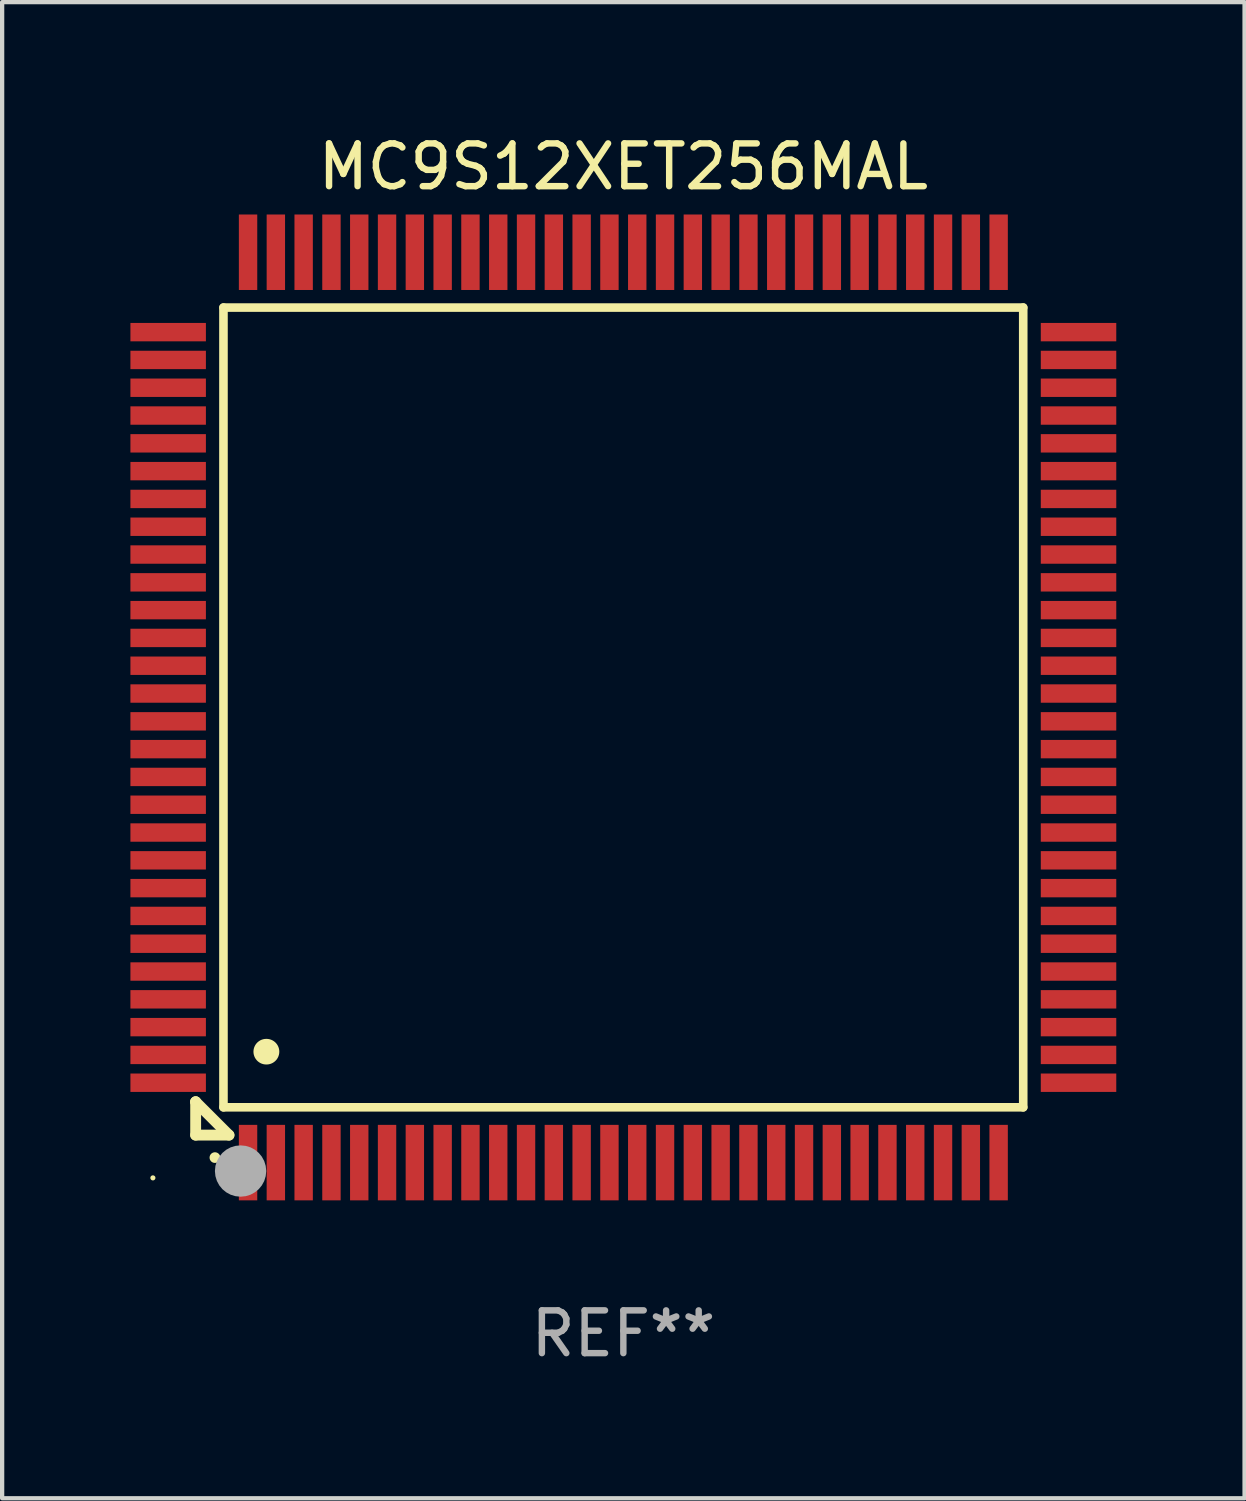
<source format=kicad_pcb>
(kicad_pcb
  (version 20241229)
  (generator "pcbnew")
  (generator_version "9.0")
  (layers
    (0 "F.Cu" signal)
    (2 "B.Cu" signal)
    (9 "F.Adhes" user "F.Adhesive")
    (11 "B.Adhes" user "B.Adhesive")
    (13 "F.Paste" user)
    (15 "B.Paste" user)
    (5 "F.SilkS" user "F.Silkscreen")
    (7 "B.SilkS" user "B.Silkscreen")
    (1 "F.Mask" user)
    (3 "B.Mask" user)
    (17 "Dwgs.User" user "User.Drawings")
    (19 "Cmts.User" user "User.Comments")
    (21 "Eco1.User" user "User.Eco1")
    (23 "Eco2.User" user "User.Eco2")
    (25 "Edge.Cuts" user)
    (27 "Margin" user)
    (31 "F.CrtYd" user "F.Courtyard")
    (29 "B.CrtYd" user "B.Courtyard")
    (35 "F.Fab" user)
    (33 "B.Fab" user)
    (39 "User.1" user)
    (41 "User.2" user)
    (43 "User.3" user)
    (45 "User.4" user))
  (footprint "MC9S12XET256MAL"
    (layer "F.Cu")
    (at 11.525 13.491)
    (property "Reference" "MC9S12XET256MAL" (at 0 -12.643 0) (layer "F.SilkS") (effects (font (size 1 1) (thickness 0.15))))
    (attr through_hole)
    (fp_line (start -10 9.221) (end -10 9.221) (stroke (width 0.254) (type solid)) (layer "F.SilkS"))
    (fp_line (start -10 9.221) (end -10 10) (stroke (width 0.254) (type solid)) (layer "F.SilkS"))
    (fp_line (start -10 9.221) (end -9.221 10) (stroke (width 0.254) (type solid)) (layer "F.SilkS"))
    (fp_line (start -10 10) (end -9.221 10) (stroke (width 0.254) (type solid)) (layer "F.SilkS"))
    (fp_line (start -9.35 -9.35) (end -9.35 9.35) (stroke (width 0.201) (type solid)) (layer "F.SilkS"))
    (fp_line (start -9.35 9.35) (end 9.35 9.35) (stroke (width 0.201) (type solid)) (layer "F.SilkS"))
    (fp_line (start 9.35 -9.35) (end -9.35 -9.35) (stroke (width 0.201) (type solid)) (layer "F.SilkS"))
    (fp_line (start 9.35 9.35) (end 9.35 -9.35) (stroke (width 0.201) (type solid)) (layer "F.SilkS"))
    (fp_arc (start -9.550546 10.525832) (mid -9.549276 10.525826) (end -9.548006 10.525832) (stroke (width 0.24892) (type solid)) (layer "F.SilkS"))
    (fp_arc (start -8.349124 8.049327) (mid -8.346584 8.049316) (end -8.344044 8.049327) (stroke (width 0.599441) (type solid)) (layer "F.SilkS"))
    (fp_circle (center -11 11) (end -10.97 11) (stroke (width 0.06) (type solid)) (fill no) (layer "F.SilkS"))
    (fp_circle (center -8.95 10.84) (end -8.65 10.84) (stroke (width 0.6) (type solid)) (fill no) (layer "F.Fab"))
    (fp_text user "REF**" (at 0 14.643 0) (layer "F.Fab") (effects (font (size 1 1) (thickness 0.15))))
    (pad "1" smd rect (at -8.775 10.643) (size 0.43 1.765) (layers "F.Cu" "F.Mask" "F.Paste"))
    (pad "2" smd rect (at -8.125 10.643) (size 0.43 1.765) (layers "F.Cu" "F.Mask" "F.Paste"))
    (pad "3" smd rect (at -7.475 10.643) (size 0.43 1.765) (layers "F.Cu" "F.Mask" "F.Paste"))
    (pad "4" smd rect (at -6.825 10.643) (size 0.43 1.765) (layers "F.Cu" "F.Mask" "F.Paste"))
    (pad "5" smd rect (at -6.175 10.643) (size 0.43 1.765) (layers "F.Cu" "F.Mask" "F.Paste"))
    (pad "6" smd rect (at -5.525 10.643) (size 0.43 1.765) (layers "F.Cu" "F.Mask" "F.Paste"))
    (pad "7" smd rect (at -4.875 10.643) (size 0.43 1.765) (layers "F.Cu" "F.Mask" "F.Paste"))
    (pad "8" smd rect (at -4.225 10.643) (size 0.43 1.765) (layers "F.Cu" "F.Mask" "F.Paste"))
    (pad "9" smd rect (at -3.575 10.643) (size 0.43 1.765) (layers "F.Cu" "F.Mask" "F.Paste"))
    (pad "10" smd rect (at -2.925 10.643) (size 0.43 1.765) (layers "F.Cu" "F.Mask" "F.Paste"))
    (pad "11" smd rect (at -2.275 10.643) (size 0.43 1.765) (layers "F.Cu" "F.Mask" "F.Paste"))
    (pad "12" smd rect (at -1.625 10.643) (size 0.43 1.765) (layers "F.Cu" "F.Mask" "F.Paste"))
    (pad "13" smd rect (at -0.975 10.643) (size 0.43 1.765) (layers "F.Cu" "F.Mask" "F.Paste"))
    (pad "14" smd rect (at -0.325 10.643) (size 0.43 1.765) (layers "F.Cu" "F.Mask" "F.Paste"))
    (pad "15" smd rect (at 0.325 10.643) (size 0.43 1.765) (layers "F.Cu" "F.Mask" "F.Paste"))
    (pad "16" smd rect (at 0.975 10.643) (size 0.43 1.765) (layers "F.Cu" "F.Mask" "F.Paste"))
    (pad "17" smd rect (at 1.625 10.643) (size 0.43 1.765) (layers "F.Cu" "F.Mask" "F.Paste"))
    (pad "18" smd rect (at 2.275 10.643) (size 0.43 1.765) (layers "F.Cu" "F.Mask" "F.Paste"))
    (pad "19" smd rect (at 2.925 10.643) (size 0.43 1.765) (layers "F.Cu" "F.Mask" "F.Paste"))
    (pad "20" smd rect (at 3.575 10.643) (size 0.43 1.765) (layers "F.Cu" "F.Mask" "F.Paste"))
    (pad "21" smd rect (at 4.225 10.643) (size 0.43 1.765) (layers "F.Cu" "F.Mask" "F.Paste"))
    (pad "22" smd rect (at 4.875 10.643) (size 0.43 1.765) (layers "F.Cu" "F.Mask" "F.Paste"))
    (pad "23" smd rect (at 5.525 10.643) (size 0.43 1.765) (layers "F.Cu" "F.Mask" "F.Paste"))
    (pad "24" smd rect (at 6.175 10.643) (size 0.43 1.765) (layers "F.Cu" "F.Mask" "F.Paste"))
    (pad "25" smd rect (at 6.825 10.643) (size 0.43 1.765) (layers "F.Cu" "F.Mask" "F.Paste"))
    (pad "26" smd rect (at 7.475 10.643) (size 0.43 1.765) (layers "F.Cu" "F.Mask" "F.Paste"))
    (pad "27" smd rect (at 8.125 10.643) (size 0.43 1.765) (layers "F.Cu" "F.Mask" "F.Paste"))
    (pad "28" smd rect (at 8.775 10.643) (size 0.43 1.765) (layers "F.Cu" "F.Mask" "F.Paste"))
    (pad "29" smd rect (at 10.643 8.775) (size 1.765 0.43) (layers "F.Cu" "F.Mask" "F.Paste"))
    (pad "30" smd rect (at 10.643 8.125) (size 1.765 0.43) (layers "F.Cu" "F.Mask" "F.Paste"))
    (pad "31" smd rect (at 10.643 7.475) (size 1.765 0.43) (layers "F.Cu" "F.Mask" "F.Paste"))
    (pad "32" smd rect (at 10.643 6.825) (size 1.765 0.43) (layers "F.Cu" "F.Mask" "F.Paste"))
    (pad "33" smd rect (at 10.643 6.175) (size 1.765 0.43) (layers "F.Cu" "F.Mask" "F.Paste"))
    (pad "34" smd rect (at 10.643 5.525) (size 1.765 0.43) (layers "F.Cu" "F.Mask" "F.Paste"))
    (pad "35" smd rect (at 10.643 4.875) (size 1.765 0.43) (layers "F.Cu" "F.Mask" "F.Paste"))
    (pad "36" smd rect (at 10.643 4.225) (size 1.765 0.43) (layers "F.Cu" "F.Mask" "F.Paste"))
    (pad "37" smd rect (at 10.643 3.575) (size 1.765 0.43) (layers "F.Cu" "F.Mask" "F.Paste"))
    (pad "38" smd rect (at 10.643 2.925) (size 1.765 0.43) (layers "F.Cu" "F.Mask" "F.Paste"))
    (pad "39" smd rect (at 10.643 2.275) (size 1.765 0.43) (layers "F.Cu" "F.Mask" "F.Paste"))
    (pad "40" smd rect (at 10.643 1.625) (size 1.765 0.43) (layers "F.Cu" "F.Mask" "F.Paste"))
    (pad "41" smd rect (at 10.643 0.975) (size 1.765 0.43) (layers "F.Cu" "F.Mask" "F.Paste"))
    (pad "42" smd rect (at 10.643 0.325) (size 1.765 0.43) (layers "F.Cu" "F.Mask" "F.Paste"))
    (pad "43" smd rect (at 10.643 -0.325) (size 1.765 0.43) (layers "F.Cu" "F.Mask" "F.Paste"))
    (pad "44" smd rect (at 10.643 -0.975) (size 1.765 0.43) (layers "F.Cu" "F.Mask" "F.Paste"))
    (pad "45" smd rect (at 10.643 -1.625) (size 1.765 0.43) (layers "F.Cu" "F.Mask" "F.Paste"))
    (pad "46" smd rect (at 10.643 -2.275) (size 1.765 0.43) (layers "F.Cu" "F.Mask" "F.Paste"))
    (pad "47" smd rect (at 10.643 -2.925) (size 1.765 0.43) (layers "F.Cu" "F.Mask" "F.Paste"))
    (pad "48" smd rect (at 10.643 -3.575) (size 1.765 0.43) (layers "F.Cu" "F.Mask" "F.Paste"))
    (pad "49" smd rect (at 10.643 -4.225) (size 1.765 0.43) (layers "F.Cu" "F.Mask" "F.Paste"))
    (pad "50" smd rect (at 10.643 -4.875) (size 1.765 0.43) (layers "F.Cu" "F.Mask" "F.Paste"))
    (pad "51" smd rect (at 10.643 -5.525) (size 1.765 0.43) (layers "F.Cu" "F.Mask" "F.Paste"))
    (pad "52" smd rect (at 10.643 -6.175) (size 1.765 0.43) (layers "F.Cu" "F.Mask" "F.Paste"))
    (pad "53" smd rect (at 10.643 -6.825) (size 1.765 0.43) (layers "F.Cu" "F.Mask" "F.Paste"))
    (pad "54" smd rect (at 10.643 -7.475) (size 1.765 0.43) (layers "F.Cu" "F.Mask" "F.Paste"))
    (pad "55" smd rect (at 10.643 -8.125) (size 1.765 0.43) (layers "F.Cu" "F.Mask" "F.Paste"))
    (pad "56" smd rect (at 10.643 -8.775) (size 1.765 0.43) (layers "F.Cu" "F.Mask" "F.Paste"))
    (pad "57" smd rect (at 8.775 -10.643) (size 0.43 1.765) (layers "F.Cu" "F.Mask" "F.Paste"))
    (pad "58" smd rect (at 8.125 -10.643) (size 0.43 1.765) (layers "F.Cu" "F.Mask" "F.Paste"))
    (pad "59" smd rect (at 7.475 -10.643) (size 0.43 1.765) (layers "F.Cu" "F.Mask" "F.Paste"))
    (pad "60" smd rect (at 6.825 -10.643) (size 0.43 1.765) (layers "F.Cu" "F.Mask" "F.Paste"))
    (pad "61" smd rect (at 6.175 -10.643) (size 0.43 1.765) (layers "F.Cu" "F.Mask" "F.Paste"))
    (pad "62" smd rect (at 5.525 -10.643) (size 0.43 1.765) (layers "F.Cu" "F.Mask" "F.Paste"))
    (pad "63" smd rect (at 4.875 -10.643) (size 0.43 1.765) (layers "F.Cu" "F.Mask" "F.Paste"))
    (pad "64" smd rect (at 4.225 -10.643) (size 0.43 1.765) (layers "F.Cu" "F.Mask" "F.Paste"))
    (pad "65" smd rect (at 3.575 -10.643) (size 0.43 1.765) (layers "F.Cu" "F.Mask" "F.Paste"))
    (pad "66" smd rect (at 2.925 -10.643) (size 0.43 1.765) (layers "F.Cu" "F.Mask" "F.Paste"))
    (pad "67" smd rect (at 2.275 -10.643) (size 0.43 1.765) (layers "F.Cu" "F.Mask" "F.Paste"))
    (pad "68" smd rect (at 1.625 -10.643) (size 0.43 1.765) (layers "F.Cu" "F.Mask" "F.Paste"))
    (pad "69" smd rect (at 0.975 -10.643) (size 0.43 1.765) (layers "F.Cu" "F.Mask" "F.Paste"))
    (pad "70" smd rect (at 0.325 -10.643) (size 0.43 1.765) (layers "F.Cu" "F.Mask" "F.Paste"))
    (pad "71" smd rect (at -0.325 -10.643) (size 0.43 1.765) (layers "F.Cu" "F.Mask" "F.Paste"))
    (pad "72" smd rect (at -0.975 -10.643) (size 0.43 1.765) (layers "F.Cu" "F.Mask" "F.Paste"))
    (pad "73" smd rect (at -1.625 -10.643) (size 0.43 1.765) (layers "F.Cu" "F.Mask" "F.Paste"))
    (pad "74" smd rect (at -2.275 -10.643) (size 0.43 1.765) (layers "F.Cu" "F.Mask" "F.Paste"))
    (pad "75" smd rect (at -2.925 -10.643) (size 0.43 1.765) (layers "F.Cu" "F.Mask" "F.Paste"))
    (pad "76" smd rect (at -3.575 -10.643) (size 0.43 1.765) (layers "F.Cu" "F.Mask" "F.Paste"))
    (pad "77" smd rect (at -4.225 -10.643) (size 0.43 1.765) (layers "F.Cu" "F.Mask" "F.Paste"))
    (pad "78" smd rect (at -4.875 -10.643) (size 0.43 1.765) (layers "F.Cu" "F.Mask" "F.Paste"))
    (pad "79" smd rect (at -5.525 -10.643) (size 0.43 1.765) (layers "F.Cu" "F.Mask" "F.Paste"))
    (pad "80" smd rect (at -6.175 -10.643) (size 0.43 1.765) (layers "F.Cu" "F.Mask" "F.Paste"))
    (pad "81" smd rect (at -6.825 -10.643) (size 0.43 1.765) (layers "F.Cu" "F.Mask" "F.Paste"))
    (pad "82" smd rect (at -7.475 -10.643) (size 0.43 1.765) (layers "F.Cu" "F.Mask" "F.Paste"))
    (pad "83" smd rect (at -8.125 -10.643) (size 0.43 1.765) (layers "F.Cu" "F.Mask" "F.Paste"))
    (pad "84" smd rect (at -8.775 -10.643) (size 0.43 1.765) (layers "F.Cu" "F.Mask" "F.Paste"))
    (pad "85" smd rect (at -10.643 -8.775) (size 1.765 0.43) (layers "F.Cu" "F.Mask" "F.Paste"))
    (pad "86" smd rect (at -10.643 -8.125) (size 1.765 0.43) (layers "F.Cu" "F.Mask" "F.Paste"))
    (pad "87" smd rect (at -10.643 -7.475) (size 1.765 0.43) (layers "F.Cu" "F.Mask" "F.Paste"))
    (pad "88" smd rect (at -10.643 -6.825) (size 1.765 0.43) (layers "F.Cu" "F.Mask" "F.Paste"))
    (pad "89" smd rect (at -10.643 -6.175) (size 1.765 0.43) (layers "F.Cu" "F.Mask" "F.Paste"))
    (pad "90" smd rect (at -10.643 -5.525) (size 1.765 0.43) (layers "F.Cu" "F.Mask" "F.Paste"))
    (pad "91" smd rect (at -10.643 -4.875) (size 1.765 0.43) (layers "F.Cu" "F.Mask" "F.Paste"))
    (pad "92" smd rect (at -10.643 -4.225) (size 1.765 0.43) (layers "F.Cu" "F.Mask" "F.Paste"))
    (pad "93" smd rect (at -10.643 -3.575) (size 1.765 0.43) (layers "F.Cu" "F.Mask" "F.Paste"))
    (pad "94" smd rect (at -10.643 -2.925) (size 1.765 0.43) (layers "F.Cu" "F.Mask" "F.Paste"))
    (pad "95" smd rect (at -10.643 -2.275) (size 1.765 0.43) (layers "F.Cu" "F.Mask" "F.Paste"))
    (pad "96" smd rect (at -10.643 -1.625) (size 1.765 0.43) (layers "F.Cu" "F.Mask" "F.Paste"))
    (pad "97" smd rect (at -10.643 -0.975) (size 1.765 0.43) (layers "F.Cu" "F.Mask" "F.Paste"))
    (pad "98" smd rect (at -10.643 -0.325) (size 1.765 0.43) (layers "F.Cu" "F.Mask" "F.Paste"))
    (pad "99" smd rect (at -10.643 0.325) (size 1.765 0.43) (layers "F.Cu" "F.Mask" "F.Paste"))
    (pad "100" smd rect (at -10.643 0.975) (size 1.765 0.43) (layers "F.Cu" "F.Mask" "F.Paste"))
    (pad "101" smd rect (at -10.643 1.625) (size 1.765 0.43) (layers "F.Cu" "F.Mask" "F.Paste"))
    (pad "102" smd rect (at -10.643 2.275) (size 1.765 0.43) (layers "F.Cu" "F.Mask" "F.Paste"))
    (pad "103" smd rect (at -10.643 2.925) (size 1.765 0.43) (layers "F.Cu" "F.Mask" "F.Paste"))
    (pad "104" smd rect (at -10.643 3.575) (size 1.765 0.43) (layers "F.Cu" "F.Mask" "F.Paste"))
    (pad "105" smd rect (at -10.643 4.225) (size 1.765 0.43) (layers "F.Cu" "F.Mask" "F.Paste"))
    (pad "106" smd rect (at -10.643 4.875) (size 1.765 0.43) (layers "F.Cu" "F.Mask" "F.Paste"))
    (pad "107" smd rect (at -10.643 5.525) (size 1.765 0.43) (layers "F.Cu" "F.Mask" "F.Paste"))
    (pad "108" smd rect (at -10.643 6.175) (size 1.765 0.43) (layers "F.Cu" "F.Mask" "F.Paste"))
    (pad "109" smd rect (at -10.643 6.825) (size 1.765 0.43) (layers "F.Cu" "F.Mask" "F.Paste"))
    (pad "110" smd rect (at -10.643 7.475) (size 1.765 0.43) (layers "F.Cu" "F.Mask" "F.Paste"))
    (pad "111" smd rect (at -10.643 8.125) (size 1.765 0.43) (layers "F.Cu" "F.Mask" "F.Paste"))
    (pad "112" smd rect (at -10.643 8.775) (size 1.765 0.43) (layers "F.Cu" "F.Mask" "F.Paste")))
  (gr_rect
    (start -3 -3)
    (end 26.05 31.982)
    (stroke (width 0.1) (type default))
    (fill no)
    (layer "Edge.Cuts")))
</source>
